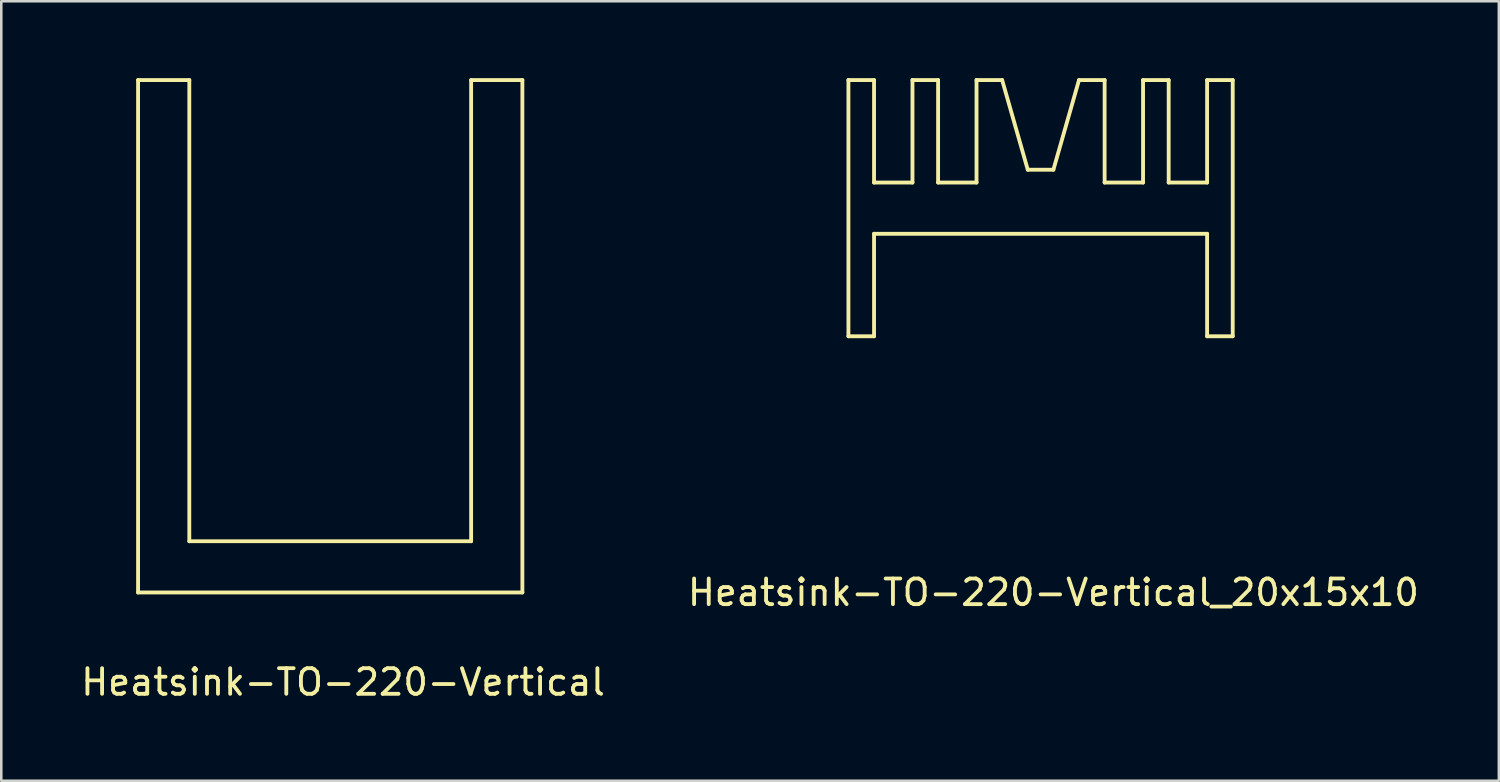
<source format=kicad_pcb>
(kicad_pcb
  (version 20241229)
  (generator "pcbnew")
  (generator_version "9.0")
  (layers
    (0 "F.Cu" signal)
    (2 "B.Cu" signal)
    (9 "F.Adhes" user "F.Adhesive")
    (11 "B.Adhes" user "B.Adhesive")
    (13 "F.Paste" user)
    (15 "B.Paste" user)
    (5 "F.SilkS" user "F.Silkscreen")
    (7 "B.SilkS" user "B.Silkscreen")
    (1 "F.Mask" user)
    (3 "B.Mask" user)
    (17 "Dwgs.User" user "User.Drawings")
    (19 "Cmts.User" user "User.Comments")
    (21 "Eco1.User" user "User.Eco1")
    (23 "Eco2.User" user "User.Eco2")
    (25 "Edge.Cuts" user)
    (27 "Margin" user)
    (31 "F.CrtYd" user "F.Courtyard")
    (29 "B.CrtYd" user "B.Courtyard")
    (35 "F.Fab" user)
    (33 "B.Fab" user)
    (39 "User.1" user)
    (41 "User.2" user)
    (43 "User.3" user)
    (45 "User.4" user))
  (footprint "Heatsink-TO-220-Vertical"
    (layer "F.Cu")
    (at 10.339 23.075)
    (property "Reference" "Heatsink-TO-220-Vertical" (at 0 0.5 0) (layer "F.SilkS") (effects (font (size 1 1) (thickness 0.15))))
    (attr through_hole)
    (fp_line (start -8 -23) (end -8 -3) (stroke (width 0.15) (type solid)) (layer "F.SilkS"))
    (fp_line (start -8 -3) (end 7 -3) (stroke (width 0.15) (type solid)) (layer "F.SilkS"))
    (fp_line (start -6 -23) (end -8 -23) (stroke (width 0.15) (type solid)) (layer "F.SilkS"))
    (fp_line (start -6 -5) (end -6 -23) (stroke (width 0.15) (type solid)) (layer "F.SilkS"))
    (fp_line (start 5 -23) (end 5 -5) (stroke (width 0.15) (type solid)) (layer "F.SilkS"))
    (fp_line (start 5 -5) (end -6 -5) (stroke (width 0.15) (type solid)) (layer "F.SilkS"))
    (fp_line (start 7 -23) (end 5 -23) (stroke (width 0.15) (type solid)) (layer "F.SilkS"))
    (fp_line (start 7 -3) (end 7 -23) (stroke (width 0.15) (type solid)) (layer "F.SilkS")))
  (footprint "Heatsink-TO-220-Vertical_20x15x10"
    (layer "F.Cu")
    (at 38.065 15.075)
    (property "Reference" "Heatsink-TO-220-Vertical_20x15x10" (at 0 5 0) (layer "F.SilkS") (effects (font (size 1 1) (thickness 0.15))))
    (attr through_hole)
    (fp_line (start -8 -15) (end -8 -5) (stroke (width 0.15) (type solid)) (layer "F.SilkS"))
    (fp_line (start -7 -15) (end -8 -15) (stroke (width 0.15) (type solid)) (layer "F.SilkS"))
    (fp_line (start -7 -11) (end -7 -15) (stroke (width 0.15) (type solid)) (layer "F.SilkS"))
    (fp_line (start -7 -9) (end -7 -5) (stroke (width 0.15) (type solid)) (layer "F.SilkS"))
    (fp_line (start -7 -9) (end 6 -9) (stroke (width 0.15) (type solid)) (layer "F.SilkS"))
    (fp_line (start -7 -5) (end -8 -5) (stroke (width 0.15) (type solid)) (layer "F.SilkS"))
    (fp_line (start -5.5 -15) (end -4.5 -15) (stroke (width 0.15) (type solid)) (layer "F.SilkS"))
    (fp_line (start -5.5 -11) (end -7 -11) (stroke (width 0.15) (type solid)) (layer "F.SilkS"))
    (fp_line (start -5.5 -11) (end -5.5 -15) (stroke (width 0.15) (type solid)) (layer "F.SilkS"))
    (fp_line (start -4.5 -15) (end -4.5 -11) (stroke (width 0.15) (type solid)) (layer "F.SilkS"))
    (fp_line (start -3 -15) (end -2 -15) (stroke (width 0.15) (type solid)) (layer "F.SilkS"))
    (fp_line (start -3 -11) (end -4.5 -11) (stroke (width 0.15) (type solid)) (layer "F.SilkS"))
    (fp_line (start -3 -11) (end -3 -15) (stroke (width 0.15) (type solid)) (layer "F.SilkS"))
    (fp_line (start -2 -15) (end -1 -11.5) (stroke (width 0.15) (type solid)) (layer "F.SilkS"))
    (fp_line (start 0 -11.5) (end -1 -11.5) (stroke (width 0.15) (type solid)) (layer "F.SilkS"))
    (fp_line (start 0 -11.5) (end 1 -15) (stroke (width 0.15) (type solid)) (layer "F.SilkS"))
    (fp_line (start 1 -15) (end 2 -15) (stroke (width 0.15) (type solid)) (layer "F.SilkS"))
    (fp_line (start 2 -15) (end 2 -11) (stroke (width 0.15) (type solid)) (layer "F.SilkS"))
    (fp_line (start 3.5 -15) (end 4.5 -15) (stroke (width 0.15) (type solid)) (layer "F.SilkS"))
    (fp_line (start 3.5 -11) (end 2 -11) (stroke (width 0.15) (type solid)) (layer "F.SilkS"))
    (fp_line (start 3.5 -11) (end 3.5 -15) (stroke (width 0.15) (type solid)) (layer "F.SilkS"))
    (fp_line (start 4.5 -15) (end 4.5 -11) (stroke (width 0.15) (type solid)) (layer "F.SilkS"))
    (fp_line (start 6 -15) (end 6 -11) (stroke (width 0.15) (type solid)) (layer "F.SilkS"))
    (fp_line (start 6 -11) (end 4.5 -11) (stroke (width 0.15) (type solid)) (layer "F.SilkS"))
    (fp_line (start 6 -9) (end 6 -5) (stroke (width 0.15) (type solid)) (layer "F.SilkS"))
    (fp_line (start 6 -5) (end 7 -5) (stroke (width 0.15) (type solid)) (layer "F.SilkS"))
    (fp_line (start 7 -15) (end 6 -15) (stroke (width 0.15) (type solid)) (layer "F.SilkS"))
    (fp_line (start 7 -5) (end 7 -15) (stroke (width 0.15) (type solid)) (layer "F.SilkS")))
  (gr_rect
    (start -3 -3)
    (end 55.452 27.423)
    (stroke (width 0.1) (type default))
    (fill no)
    (layer "Edge.Cuts")))
</source>
